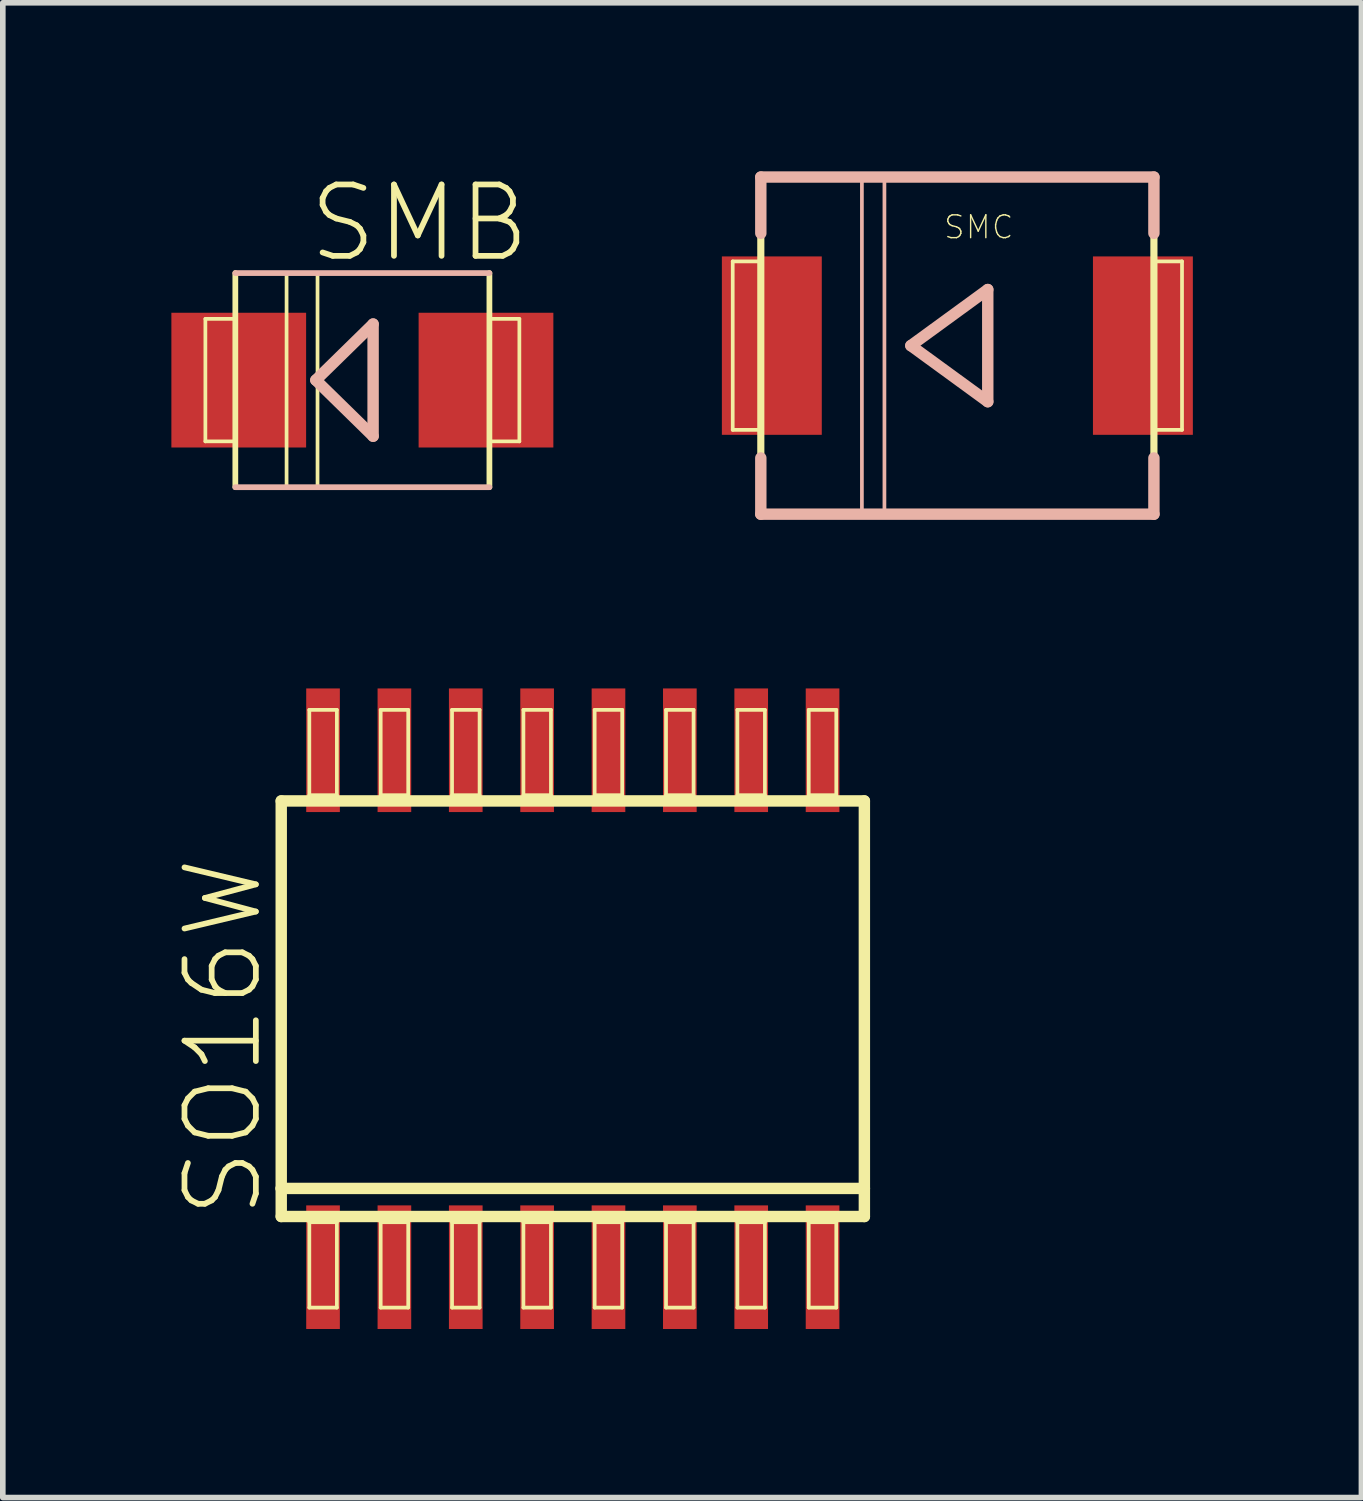
<source format=kicad_pcb>
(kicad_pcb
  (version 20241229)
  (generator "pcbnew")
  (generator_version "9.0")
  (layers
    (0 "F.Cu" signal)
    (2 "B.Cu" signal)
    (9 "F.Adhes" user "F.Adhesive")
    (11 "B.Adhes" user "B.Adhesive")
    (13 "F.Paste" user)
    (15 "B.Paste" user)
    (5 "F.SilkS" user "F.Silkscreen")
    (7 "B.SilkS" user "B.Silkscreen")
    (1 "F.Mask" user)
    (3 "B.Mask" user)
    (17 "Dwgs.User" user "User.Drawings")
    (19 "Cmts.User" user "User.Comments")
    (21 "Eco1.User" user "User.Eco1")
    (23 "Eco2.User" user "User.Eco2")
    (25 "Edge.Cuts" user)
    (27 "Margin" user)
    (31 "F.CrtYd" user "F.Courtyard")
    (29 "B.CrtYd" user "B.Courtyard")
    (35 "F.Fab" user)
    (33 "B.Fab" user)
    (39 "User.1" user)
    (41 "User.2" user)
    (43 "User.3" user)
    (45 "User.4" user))
  (footprint "SMB"
    (layer "F.Cu")
    (at 3.399 3.715)
    (property "Reference" "SMB" (at 1.016 -2.794 0) (layer "F.SilkS") (effects (font (size 1.27 1.27) (thickness 0.102))))
    (attr smd)
    (fp_line (start -2.794 -1.09) (end -2.261 -1.09) (stroke (width 0.066) (type solid)) (layer "F.SilkS"))
    (fp_line (start -2.794 1.09) (end -2.794 -1.09) (stroke (width 0.066) (type solid)) (layer "F.SilkS"))
    (fp_line (start -2.794 1.09) (end -2.261 1.09) (stroke (width 0.066) (type solid)) (layer "F.SilkS"))
    (fp_line (start -2.261 1.09) (end -2.261 -1.09) (stroke (width 0.066) (type solid)) (layer "F.SilkS"))
    (fp_line (start -2.261 1.905) (end -2.261 -1.905) (stroke (width 0.102) (type solid)) (layer "F.SilkS"))
    (fp_line (start -1.349 -1.9) (end -0.798 -1.9) (stroke (width 0.066) (type solid)) (layer "F.SilkS"))
    (fp_line (start -1.349 1.9) (end -1.349 -1.9) (stroke (width 0.066) (type solid)) (layer "F.SilkS"))
    (fp_line (start -1.349 1.9) (end -0.798 1.9) (stroke (width 0.066) (type solid)) (layer "F.SilkS"))
    (fp_line (start -0.798 1.9) (end -0.798 -1.9) (stroke (width 0.066) (type solid)) (layer "F.SilkS"))
    (fp_line (start 2.261 -1.09) (end 2.794 -1.09) (stroke (width 0.066) (type solid)) (layer "F.SilkS"))
    (fp_line (start 2.261 1.09) (end 2.261 -1.09) (stroke (width 0.066) (type solid)) (layer "F.SilkS"))
    (fp_line (start 2.261 1.09) (end 2.794 1.09) (stroke (width 0.066) (type solid)) (layer "F.SilkS"))
    (fp_line (start 2.261 1.905) (end 2.261 -1.905) (stroke (width 0.102) (type solid)) (layer "F.SilkS"))
    (fp_line (start 2.794 1.09) (end 2.794 -1.09) (stroke (width 0.066) (type solid)) (layer "F.SilkS"))
    (fp_line (start -2.261 -1.905) (end 2.261 -1.905) (stroke (width 0.102) (type solid)) (layer "B.SilkS"))
    (fp_line (start -2.261 1.905) (end 2.261 1.905) (stroke (width 0.102) (type solid)) (layer "B.SilkS"))
    (fp_line (start -0.828 0) (end 0.191 0.998) (stroke (width 0.203) (type solid)) (layer "B.SilkS"))
    (fp_line (start 0.191 -0.998) (end -0.828 0) (stroke (width 0.203) (type solid)) (layer "B.SilkS"))
    (fp_line (start 0.191 0.998) (end 0.191 -0.998) (stroke (width 0.203) (type solid)) (layer "B.SilkS"))
    (pad "A" smd rect (at 2.2 0) (size 2.398 2.398) (layers "F.Cu" "F.Mask" "F.Paste"))
    (pad "C" smd rect (at -2.2 0) (size 2.398 2.398) (layers "F.Cu" "F.Mask" "F.Paste")))
  (footprint "SMC"
    (layer "F.Cu")
    (at 13.988 3.101)
    (property "Reference" "SMC" (at 0.381 -2.108 0) (layer "F.SilkS") (effects (font (size 0.406 0.406) (thickness 0.025))))
    (attr smd)
    (fp_line (start -3.998 -1.499) (end -3.498 -1.499) (stroke (width 0.066) (type solid)) (layer "F.SilkS"))
    (fp_line (start -3.998 1.499) (end -3.998 -1.499) (stroke (width 0.066) (type solid)) (layer "F.SilkS"))
    (fp_line (start -3.998 1.499) (end -3.498 1.499) (stroke (width 0.066) (type solid)) (layer "F.SilkS"))
    (fp_line (start -3.498 1.499) (end -3.498 -1.499) (stroke (width 0.066) (type solid)) (layer "F.SilkS"))
    (fp_line (start -3.498 3) (end -3.498 -3) (stroke (width 0.127) (type solid)) (layer "F.SilkS"))
    (fp_line (start 3.498 -1.499) (end 3.998 -1.499) (stroke (width 0.066) (type solid)) (layer "F.SilkS"))
    (fp_line (start 3.498 1.499) (end 3.498 -1.499) (stroke (width 0.066) (type solid)) (layer "F.SilkS"))
    (fp_line (start 3.498 1.499) (end 3.998 1.499) (stroke (width 0.066) (type solid)) (layer "F.SilkS"))
    (fp_line (start 3.498 3) (end 3.498 -3) (stroke (width 0.127) (type solid)) (layer "F.SilkS"))
    (fp_line (start 3.998 1.499) (end 3.998 -1.499) (stroke (width 0.066) (type solid)) (layer "F.SilkS"))
    (fp_line (start -3.498 -3) (end -3.498 -1.999) (stroke (width 0.203) (type solid)) (layer "B.SilkS"))
    (fp_line (start -3.498 -3) (end 3.498 -3) (stroke (width 0.203) (type solid)) (layer "B.SilkS"))
    (fp_line (start -3.498 3) (end -3.498 1.999) (stroke (width 0.203) (type solid)) (layer "B.SilkS"))
    (fp_line (start -3.498 3) (end 3.498 3) (stroke (width 0.203) (type solid)) (layer "B.SilkS"))
    (fp_line (start -1.699 -3) (end -1.298 -3) (stroke (width 0.066) (type solid)) (layer "B.SilkS"))
    (fp_line (start -1.699 3) (end -1.699 -3) (stroke (width 0.066) (type solid)) (layer "B.SilkS"))
    (fp_line (start -1.699 3) (end -1.298 3) (stroke (width 0.066) (type solid)) (layer "B.SilkS"))
    (fp_line (start -1.298 3) (end -1.298 -3) (stroke (width 0.066) (type solid)) (layer "B.SilkS"))
    (fp_line (start -0.828 0) (end 0.541 0.998) (stroke (width 0.203) (type solid)) (layer "B.SilkS"))
    (fp_line (start 0.541 -0.998) (end -0.828 0) (stroke (width 0.203) (type solid)) (layer "B.SilkS"))
    (fp_line (start 0.541 0.998) (end 0.541 -0.998) (stroke (width 0.203) (type solid)) (layer "B.SilkS"))
    (fp_line (start 3.498 -3) (end 3.498 -1.999) (stroke (width 0.203) (type solid)) (layer "B.SilkS"))
    (fp_line (start 3.498 3) (end 3.498 1.999) (stroke (width 0.203) (type solid)) (layer "B.SilkS"))
    (pad "A" smd rect (at 3.302 0) (size 1.778 3.175) (layers "F.Cu" "F.Mask" "F.Paste"))
    (pad "C" smd rect (at -3.302 0) (size 1.778 3.175) (layers "F.Cu" "F.Mask" "F.Paste")))
  (footprint "SO16W"
    (layer "F.Cu")
    (at 7.144 14.902)
    (property "Reference" "SO16W" (at -6.223 0.508 90) (layer "F.SilkS") (effects (font (size 1.27 1.27) (thickness 0.102))))
    (attr smd)
    (fp_line (start -5.189 -3.698) (end 5.189 -3.698) (stroke (width 0.203) (type solid)) (layer "F.SilkS"))
    (fp_line (start -5.189 3.198) (end -5.189 -3.698) (stroke (width 0.203) (type solid)) (layer "F.SilkS"))
    (fp_line (start -5.189 3.698) (end -5.189 3.198) (stroke (width 0.203) (type solid)) (layer "F.SilkS"))
    (fp_line (start -4.689 -5.319) (end -4.199 -5.319) (stroke (width 0.066) (type solid)) (layer "F.SilkS"))
    (fp_line (start -4.689 -3.8) (end -4.689 -5.319) (stroke (width 0.066) (type solid)) (layer "F.SilkS"))
    (fp_line (start -4.689 -3.8) (end -4.199 -3.8) (stroke (width 0.066) (type solid)) (layer "F.SilkS"))
    (fp_line (start -4.689 3.8) (end -4.199 3.8) (stroke (width 0.066) (type solid)) (layer "F.SilkS"))
    (fp_line (start -4.689 5.319) (end -4.689 3.8) (stroke (width 0.066) (type solid)) (layer "F.SilkS"))
    (fp_line (start -4.689 5.319) (end -4.199 5.319) (stroke (width 0.066) (type solid)) (layer "F.SilkS"))
    (fp_line (start -4.199 -3.8) (end -4.199 -5.319) (stroke (width 0.066) (type solid)) (layer "F.SilkS"))
    (fp_line (start -4.199 5.319) (end -4.199 3.8) (stroke (width 0.066) (type solid)) (layer "F.SilkS"))
    (fp_line (start -3.419 -5.319) (end -2.929 -5.319) (stroke (width 0.066) (type solid)) (layer "F.SilkS"))
    (fp_line (start -3.419 -3.8) (end -3.419 -5.319) (stroke (width 0.066) (type solid)) (layer "F.SilkS"))
    (fp_line (start -3.419 -3.8) (end -2.929 -3.8) (stroke (width 0.066) (type solid)) (layer "F.SilkS"))
    (fp_line (start -3.419 3.8) (end -2.929 3.8) (stroke (width 0.066) (type solid)) (layer "F.SilkS"))
    (fp_line (start -3.419 5.319) (end -3.419 3.8) (stroke (width 0.066) (type solid)) (layer "F.SilkS"))
    (fp_line (start -3.419 5.319) (end -2.929 5.319) (stroke (width 0.066) (type solid)) (layer "F.SilkS"))
    (fp_line (start -2.929 -3.8) (end -2.929 -5.319) (stroke (width 0.066) (type solid)) (layer "F.SilkS"))
    (fp_line (start -2.929 5.319) (end -2.929 3.8) (stroke (width 0.066) (type solid)) (layer "F.SilkS"))
    (fp_line (start -2.149 -5.319) (end -1.659 -5.319) (stroke (width 0.066) (type solid)) (layer "F.SilkS"))
    (fp_line (start -2.149 -3.8) (end -2.149 -5.319) (stroke (width 0.066) (type solid)) (layer "F.SilkS"))
    (fp_line (start -2.149 -3.8) (end -1.659 -3.8) (stroke (width 0.066) (type solid)) (layer "F.SilkS"))
    (fp_line (start -2.149 3.8) (end -1.659 3.8) (stroke (width 0.066) (type solid)) (layer "F.SilkS"))
    (fp_line (start -2.149 5.319) (end -2.149 3.8) (stroke (width 0.066) (type solid)) (layer "F.SilkS"))
    (fp_line (start -2.149 5.319) (end -1.659 5.319) (stroke (width 0.066) (type solid)) (layer "F.SilkS"))
    (fp_line (start -1.659 -3.8) (end -1.659 -5.319) (stroke (width 0.066) (type solid)) (layer "F.SilkS"))
    (fp_line (start -1.659 5.319) (end -1.659 3.8) (stroke (width 0.066) (type solid)) (layer "F.SilkS"))
    (fp_line (start -0.879 -5.319) (end -0.389 -5.319) (stroke (width 0.066) (type solid)) (layer "F.SilkS"))
    (fp_line (start -0.879 -3.8) (end -0.879 -5.319) (stroke (width 0.066) (type solid)) (layer "F.SilkS"))
    (fp_line (start -0.879 -3.8) (end -0.389 -3.8) (stroke (width 0.066) (type solid)) (layer "F.SilkS"))
    (fp_line (start -0.879 3.8) (end -0.389 3.8) (stroke (width 0.066) (type solid)) (layer "F.SilkS"))
    (fp_line (start -0.879 5.319) (end -0.879 3.8) (stroke (width 0.066) (type solid)) (layer "F.SilkS"))
    (fp_line (start -0.879 5.319) (end -0.389 5.319) (stroke (width 0.066) (type solid)) (layer "F.SilkS"))
    (fp_line (start -0.389 -3.8) (end -0.389 -5.319) (stroke (width 0.066) (type solid)) (layer "F.SilkS"))
    (fp_line (start -0.389 5.319) (end -0.389 3.8) (stroke (width 0.066) (type solid)) (layer "F.SilkS"))
    (fp_line (start 0.389 -5.319) (end 0.879 -5.319) (stroke (width 0.066) (type solid)) (layer "F.SilkS"))
    (fp_line (start 0.389 -3.8) (end 0.389 -5.319) (stroke (width 0.066) (type solid)) (layer "F.SilkS"))
    (fp_line (start 0.389 -3.8) (end 0.879 -3.8) (stroke (width 0.066) (type solid)) (layer "F.SilkS"))
    (fp_line (start 0.389 3.8) (end 0.879 3.8) (stroke (width 0.066) (type solid)) (layer "F.SilkS"))
    (fp_line (start 0.389 5.319) (end 0.389 3.8) (stroke (width 0.066) (type solid)) (layer "F.SilkS"))
    (fp_line (start 0.389 5.319) (end 0.879 5.319) (stroke (width 0.066) (type solid)) (layer "F.SilkS"))
    (fp_line (start 0.879 -3.8) (end 0.879 -5.319) (stroke (width 0.066) (type solid)) (layer "F.SilkS"))
    (fp_line (start 0.879 5.319) (end 0.879 3.8) (stroke (width 0.066) (type solid)) (layer "F.SilkS"))
    (fp_line (start 1.659 -5.319) (end 2.149 -5.319) (stroke (width 0.066) (type solid)) (layer "F.SilkS"))
    (fp_line (start 1.659 -3.8) (end 1.659 -5.319) (stroke (width 0.066) (type solid)) (layer "F.SilkS"))
    (fp_line (start 1.659 -3.8) (end 2.149 -3.8) (stroke (width 0.066) (type solid)) (layer "F.SilkS"))
    (fp_line (start 1.659 3.8) (end 2.149 3.8) (stroke (width 0.066) (type solid)) (layer "F.SilkS"))
    (fp_line (start 1.659 5.319) (end 1.659 3.8) (stroke (width 0.066) (type solid)) (layer "F.SilkS"))
    (fp_line (start 1.659 5.319) (end 2.149 5.319) (stroke (width 0.066) (type solid)) (layer "F.SilkS"))
    (fp_line (start 2.149 -3.8) (end 2.149 -5.319) (stroke (width 0.066) (type solid)) (layer "F.SilkS"))
    (fp_line (start 2.149 5.319) (end 2.149 3.8) (stroke (width 0.066) (type solid)) (layer "F.SilkS"))
    (fp_line (start 2.929 -5.319) (end 3.419 -5.319) (stroke (width 0.066) (type solid)) (layer "F.SilkS"))
    (fp_line (start 2.929 -3.8) (end 2.929 -5.319) (stroke (width 0.066) (type solid)) (layer "F.SilkS"))
    (fp_line (start 2.929 -3.8) (end 3.419 -3.8) (stroke (width 0.066) (type solid)) (layer "F.SilkS"))
    (fp_line (start 2.929 3.8) (end 3.419 3.8) (stroke (width 0.066) (type solid)) (layer "F.SilkS"))
    (fp_line (start 2.929 5.319) (end 2.929 3.8) (stroke (width 0.066) (type solid)) (layer "F.SilkS"))
    (fp_line (start 2.929 5.319) (end 3.419 5.319) (stroke (width 0.066) (type solid)) (layer "F.SilkS"))
    (fp_line (start 3.419 -3.8) (end 3.419 -5.319) (stroke (width 0.066) (type solid)) (layer "F.SilkS"))
    (fp_line (start 3.419 5.319) (end 3.419 3.8) (stroke (width 0.066) (type solid)) (layer "F.SilkS"))
    (fp_line (start 4.199 -5.319) (end 4.689 -5.319) (stroke (width 0.066) (type solid)) (layer "F.SilkS"))
    (fp_line (start 4.199 -3.8) (end 4.199 -5.319) (stroke (width 0.066) (type solid)) (layer "F.SilkS"))
    (fp_line (start 4.199 -3.8) (end 4.689 -3.8) (stroke (width 0.066) (type solid)) (layer "F.SilkS"))
    (fp_line (start 4.199 3.8) (end 4.689 3.8) (stroke (width 0.066) (type solid)) (layer "F.SilkS"))
    (fp_line (start 4.199 5.319) (end 4.199 3.8) (stroke (width 0.066) (type solid)) (layer "F.SilkS"))
    (fp_line (start 4.199 5.319) (end 4.689 5.319) (stroke (width 0.066) (type solid)) (layer "F.SilkS"))
    (fp_line (start 4.689 -3.8) (end 4.689 -5.319) (stroke (width 0.066) (type solid)) (layer "F.SilkS"))
    (fp_line (start 4.689 5.319) (end 4.689 3.8) (stroke (width 0.066) (type solid)) (layer "F.SilkS"))
    (fp_line (start 5.189 -3.698) (end 5.189 3.198) (stroke (width 0.203) (type solid)) (layer "F.SilkS"))
    (fp_line (start 5.189 3.198) (end -5.189 3.198) (stroke (width 0.203) (type solid)) (layer "F.SilkS"))
    (fp_line (start 5.189 3.198) (end 5.189 3.698) (stroke (width 0.203) (type solid)) (layer "F.SilkS"))
    (fp_line (start 5.189 3.698) (end -5.189 3.698) (stroke (width 0.203) (type solid)) (layer "F.SilkS"))
    (pad "1" smd rect (at -4.445 4.6) (size 0.599 2.2) (layers "F.Cu" "F.Mask" "F.Paste"))
    (pad "2" smd rect (at -3.175 4.6) (size 0.599 2.2) (layers "F.Cu" "F.Mask" "F.Paste"))
    (pad "3" smd rect (at -1.905 4.6) (size 0.599 2.2) (layers "F.Cu" "F.Mask" "F.Paste"))
    (pad "4" smd rect (at -0.635 4.6) (size 0.599 2.2) (layers "F.Cu" "F.Mask" "F.Paste"))
    (pad "5" smd rect (at 0.635 4.6) (size 0.599 2.2) (layers "F.Cu" "F.Mask" "F.Paste"))
    (pad "6" smd rect (at 1.905 4.6) (size 0.599 2.2) (layers "F.Cu" "F.Mask" "F.Paste"))
    (pad "7" smd rect (at 3.175 4.6) (size 0.599 2.2) (layers "F.Cu" "F.Mask" "F.Paste"))
    (pad "8" smd rect (at 4.445 4.6) (size 0.599 2.2) (layers "F.Cu" "F.Mask" "F.Paste"))
    (pad "9" smd rect (at 4.445 -4.6) (size 0.599 2.2) (layers "F.Cu" "F.Mask" "F.Paste"))
    (pad "10" smd rect (at 3.175 -4.6) (size 0.599 2.2) (layers "F.Cu" "F.Mask" "F.Paste"))
    (pad "11" smd rect (at 1.905 -4.6) (size 0.599 2.2) (layers "F.Cu" "F.Mask" "F.Paste"))
    (pad "12" smd rect (at 0.635 -4.6) (size 0.599 2.2) (layers "F.Cu" "F.Mask" "F.Paste"))
    (pad "13" smd rect (at -0.635 -4.6) (size 0.599 2.2) (layers "F.Cu" "F.Mask" "F.Paste"))
    (pad "14" smd rect (at -1.905 -4.6) (size 0.599 2.2) (layers "F.Cu" "F.Mask" "F.Paste"))
    (pad "15" smd rect (at -3.175 -4.6) (size 0.599 2.2) (layers "F.Cu" "F.Mask" "F.Paste"))
    (pad "16" smd rect (at -4.445 -4.6) (size 0.599 2.2) (layers "F.Cu" "F.Mask" "F.Paste")))
  (gr_rect
    (start -3 -3)
    (end 21.179 23.602)
    (stroke (width 0.1) (type default))
    (fill no)
    (layer "Edge.Cuts")))
</source>
